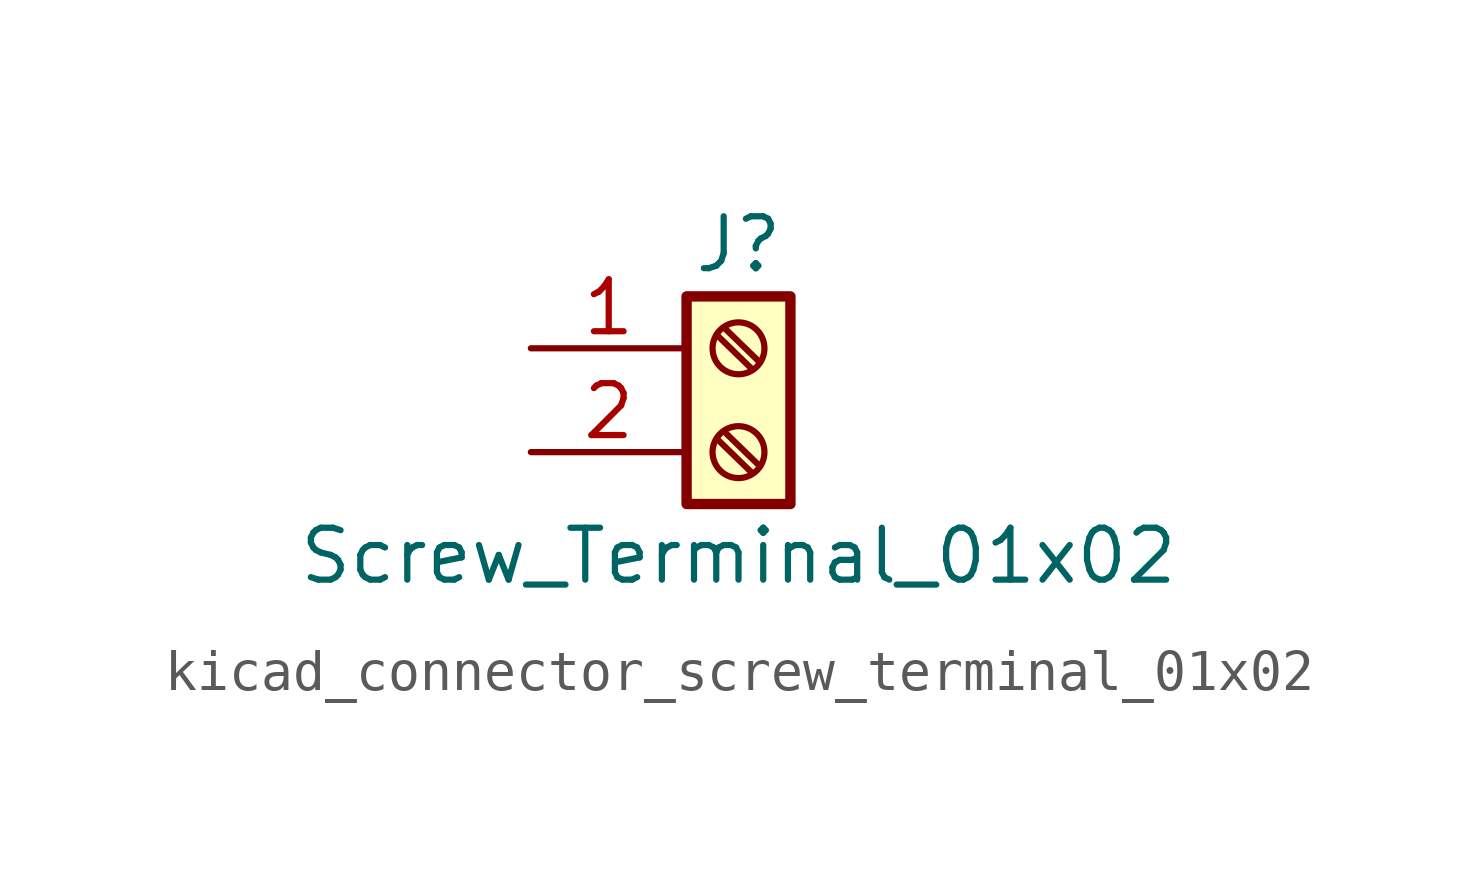
<source format=kicad_sym>
(kicad_symbol_lib
  (version 20220914)
  (generator kicad_symbol_editor)
  (symbol "kicad_connector_screw_terminal_01x02"
    (pin_names
      (offset 1.016) hide)
    (property "Reference" "J"
      (at 0 2.54 0)
      (effects (font (size 1.27 1.27))))
    (property "Value" "Screw_Terminal_01x02"
      (at 0 -5.08 0)
      (effects (font (size 1.27 1.27))))
    (symbol "kicad_connector_screw_terminal_01x02_1_1"
      (rectangle (start -1.27 1.27) (end 1.27 -3.81) (stroke (width 0.254) (type default)) (fill (type background)))
      (circle (center 0 -2.54) (radius 0.635) (stroke (width 0.152) (type default)) (fill (type none)))
      (polyline (pts (xy -0.533 -2.21) (xy 0.33 -3.048)) (stroke (width 0.152) (type default)) (fill (type none)))
      (polyline (pts (xy -0.533 0.33) (xy 0.33 -0.508)) (stroke (width 0.152) (type default)) (fill (type none)))
      (polyline (pts (xy -0.356 -2.032) (xy 0.508 -2.87)) (stroke (width 0.152) (type default)) (fill (type none)))
      (polyline (pts (xy -0.356 0.508) (xy 0.508 -0.33)) (stroke (width 0.152) (type default)) (fill (type none)))
      (circle (center 0 0) (radius 0.635) (stroke (width 0.152) (type default)) (fill (type none)))
      (pin passive line (at -5.08 0 0) (length 3.81) (name "Pin_1" (effects (font (size 1.27 1.27)))) (number "1" (effects (font (size 1.27 1.27)))))
      (pin passive line (at -5.08 -2.54 0) (length 3.81) (name "Pin_2" (effects (font (size 1.27 1.27)))) (number "2" (effects (font (size 1.27 1.27))))))))
</source>
